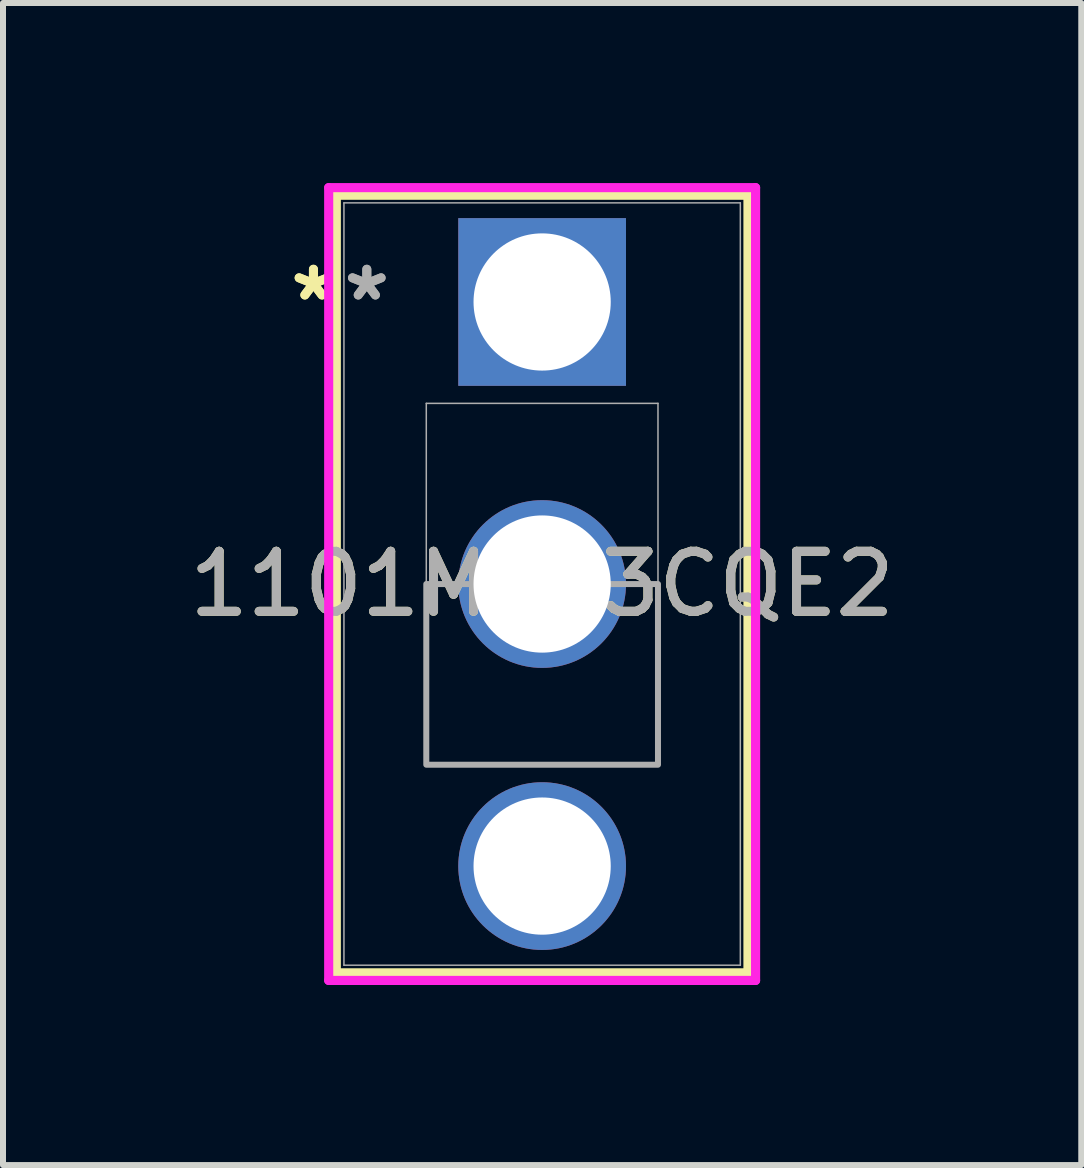
<source format=kicad_pcb>
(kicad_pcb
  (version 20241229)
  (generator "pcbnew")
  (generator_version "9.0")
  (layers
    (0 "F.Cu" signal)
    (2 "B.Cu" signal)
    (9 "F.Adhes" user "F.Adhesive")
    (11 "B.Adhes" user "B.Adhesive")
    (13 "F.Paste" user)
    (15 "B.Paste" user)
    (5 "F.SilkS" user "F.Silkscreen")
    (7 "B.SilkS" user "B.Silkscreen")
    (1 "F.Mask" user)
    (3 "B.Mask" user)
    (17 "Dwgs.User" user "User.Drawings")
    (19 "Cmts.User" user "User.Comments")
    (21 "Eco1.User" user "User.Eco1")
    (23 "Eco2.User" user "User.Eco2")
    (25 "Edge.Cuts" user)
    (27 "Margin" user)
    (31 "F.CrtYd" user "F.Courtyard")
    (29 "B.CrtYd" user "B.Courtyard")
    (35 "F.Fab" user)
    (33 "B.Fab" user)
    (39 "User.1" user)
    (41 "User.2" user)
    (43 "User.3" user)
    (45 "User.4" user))
  (footprint "1101M2S3CQE2"
    (layer "F.Cu")
    (at 5.982 1.981)
    (property "Reference" "1101M2S3CQE2" (at 0 4.699 0) (unlocked yes) (layer "F.SilkS") (effects (font (size 1 1) (thickness 0.15))))
    (attr through_hole)
    (fp_line (start -3.429 -1.778) (end -3.429 11.176) (stroke (width 0.152) (type solid)) (layer "F.SilkS"))
    (fp_line (start -3.429 11.176) (end 3.429 11.176) (stroke (width 0.152) (type solid)) (layer "F.SilkS"))
    (fp_line (start 3.429 -1.778) (end -3.429 -1.778) (stroke (width 0.152) (type solid)) (layer "F.SilkS"))
    (fp_line (start 3.429 11.176) (end 3.429 -1.778) (stroke (width 0.152) (type solid)) (layer "F.SilkS"))
    (fp_line (start -3.556 -1.905) (end -3.556 11.303) (stroke (width 0.152) (type solid)) (layer "F.CrtYd"))
    (fp_line (start -3.556 11.303) (end 3.556 11.303) (stroke (width 0.152) (type solid)) (layer "F.CrtYd"))
    (fp_line (start 3.556 -1.905) (end -3.556 -1.905) (stroke (width 0.152) (type solid)) (layer "F.CrtYd"))
    (fp_line (start 3.556 11.303) (end 3.556 -1.905) (stroke (width 0.152) (type solid)) (layer "F.CrtYd"))
    (fp_line (start -3.302 -1.651) (end -3.302 11.049) (stroke (width 0.025) (type solid)) (layer "F.Fab"))
    (fp_line (start -3.302 11.049) (end 3.302 11.049) (stroke (width 0.025) (type solid)) (layer "F.Fab"))
    (fp_line (start -1.93 1.689) (end 1.93 1.689) (stroke (width 0.025) (type solid)) (layer "F.Fab"))
    (fp_line (start -1.93 7.709) (end -1.93 1.689) (stroke (width 0.025) (type solid)) (layer "F.Fab"))
    (fp_line (start 1.93 1.689) (end 1.93 7.709) (stroke (width 0.025) (type solid)) (layer "F.Fab"))
    (fp_line (start 1.93 7.709) (end -1.93 7.709) (stroke (width 0.025) (type solid)) (layer "F.Fab"))
    (fp_line (start 3.302 -1.651) (end -3.302 -1.651) (stroke (width 0.025) (type solid)) (layer "F.Fab"))
    (fp_line (start 3.302 11.049) (end 3.302 -1.651) (stroke (width 0.025) (type solid)) (layer "F.Fab"))
    (fp_poly (pts (xy -1.93 7.709) (xy -1.93 4.699) (xy 1.93 4.699) (xy 1.93 7.709)) (stroke (width 0.1) (type solid)) (fill no) (layer "F.Fab"))
    (fp_text user "*" (at -3.81 0 0) (unlocked yes) (layer "F.SilkS") (effects (font (size 1 1) (thickness 0.15))))
    (fp_text user "*" (at -3.81 0 0) (layer "F.SilkS") (effects (font (size 1 1) (thickness 0.15))))
    (fp_text user "*" (at -2.921 0 0) (unlocked yes) (layer "F.Fab") (effects (font (size 1 1) (thickness 0.15))))
    (fp_text user "${REFERENCE}" (at 0 4.699 0) (unlocked yes) (layer "F.Fab") (effects (font (size 1 1) (thickness 0.15))))
    (fp_text user "*" (at -2.921 0 0) (layer "F.Fab") (effects (font (size 1 1) (thickness 0.15))))
    (pad "1" thru_hole rect (at 0 0) (size 2.794 2.794) (drill 2.286) (layers "*.Cu" "*.Mask"))
    (pad "2" thru_hole circle (at 0 4.699) (size 2.794 2.794) (drill 2.286) (layers "*.Cu" "*.Mask"))
    (pad "3" thru_hole circle (at 0 9.398) (size 2.794 2.794) (drill 2.286) (layers "*.Cu" "*.Mask")))
  (gr_rect
    (start -3 -3)
    (end 14.964 16.36)
    (stroke (width 0.1) (type default))
    (fill no)
    (layer "Edge.Cuts")))
</source>
